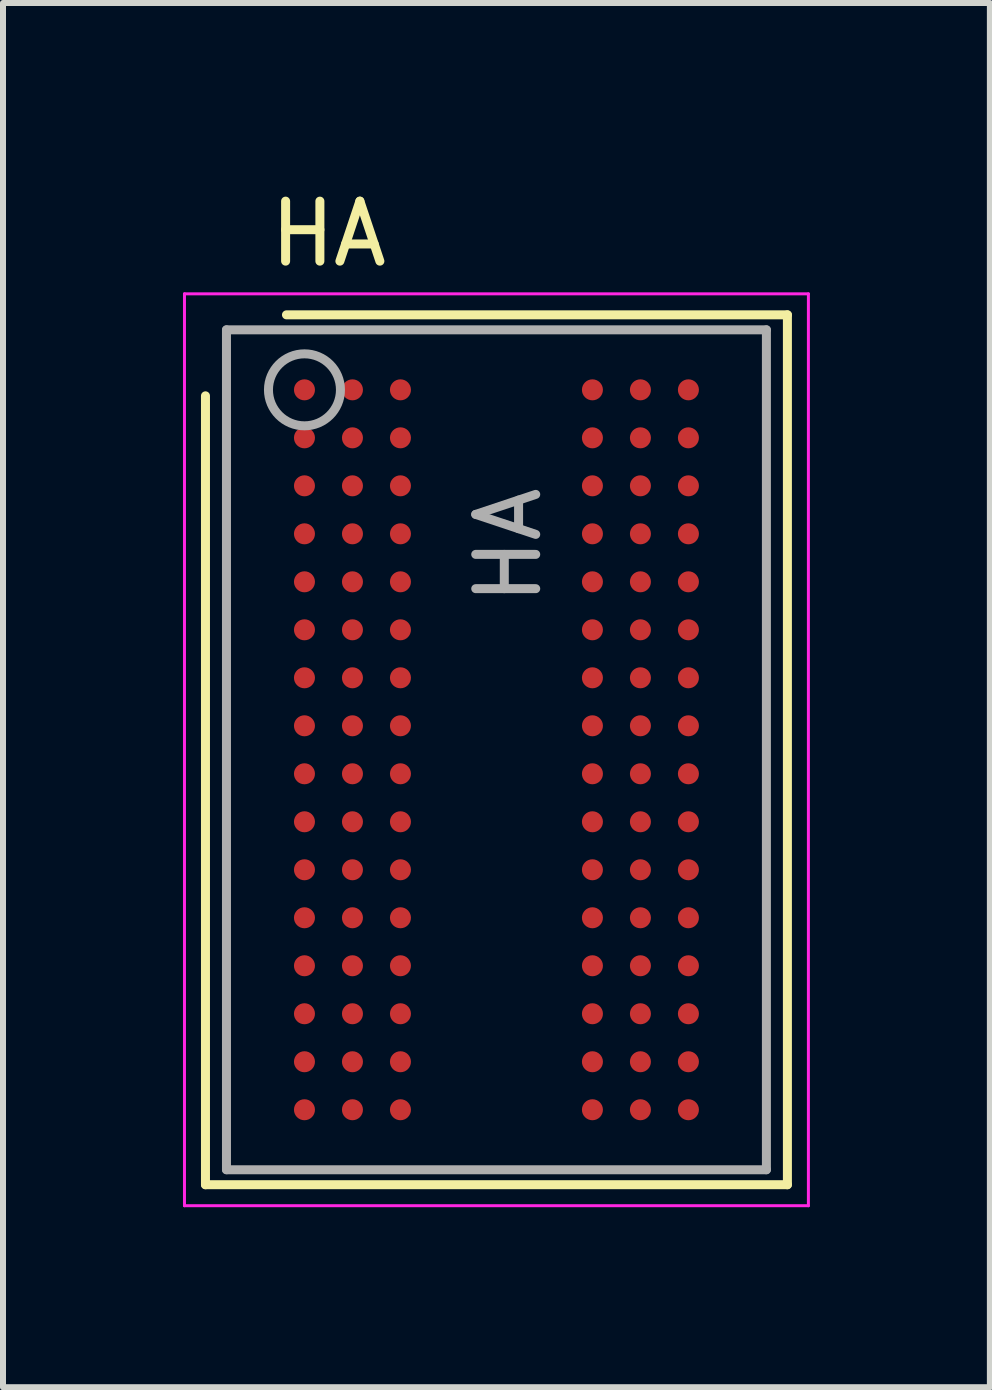
<source format=kicad_pcb>
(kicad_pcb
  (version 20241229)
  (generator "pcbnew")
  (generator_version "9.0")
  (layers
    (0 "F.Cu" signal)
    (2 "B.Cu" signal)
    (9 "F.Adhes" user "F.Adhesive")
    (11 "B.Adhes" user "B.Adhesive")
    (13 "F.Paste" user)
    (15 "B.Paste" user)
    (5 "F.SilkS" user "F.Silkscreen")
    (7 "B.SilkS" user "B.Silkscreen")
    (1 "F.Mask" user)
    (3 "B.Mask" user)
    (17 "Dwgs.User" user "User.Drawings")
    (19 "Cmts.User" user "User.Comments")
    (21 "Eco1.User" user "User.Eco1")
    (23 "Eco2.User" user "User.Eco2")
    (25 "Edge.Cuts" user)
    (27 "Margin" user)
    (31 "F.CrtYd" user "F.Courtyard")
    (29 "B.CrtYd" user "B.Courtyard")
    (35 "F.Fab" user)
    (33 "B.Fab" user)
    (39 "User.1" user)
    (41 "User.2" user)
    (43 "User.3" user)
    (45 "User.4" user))
  (footprint "HA"
    (layer "F.Cu")
    (at 5.225 9.448)
    (property "Reference" "HA" (at -2.8 -8.6 0) (layer "F.SilkS") (effects (font (size 1 1) (thickness 0.15))))
    (attr smd)
    (fp_line (start -4.85 -5.9) (end -4.85 7.25) (stroke (width 0.15) (type solid)) (layer "F.SilkS"))
    (fp_line (start -4.85 7.25) (end 4.85 7.25) (stroke (width 0.15) (type solid)) (layer "F.SilkS"))
    (fp_line (start 4.85 -7.25) (end -3.5 -7.25) (stroke (width 0.15) (type solid)) (layer "F.SilkS"))
    (fp_line (start 4.85 7.25) (end 4.85 -7.25) (stroke (width 0.15) (type solid)) (layer "F.SilkS"))
    (fp_line (start -3.8 -3.2) (end 3.8 -3.2) (stroke (width 0.05) (type solid)) (layer "Eco1.User"))
    (fp_line (start -3.8 0) (end 3.8 0) (stroke (width 0.05) (type solid)) (layer "Eco1.User"))
    (fp_line (start -5.2 -7.6) (end 5.2 -7.6) (stroke (width 0.05) (type solid)) (layer "F.CrtYd"))
    (fp_line (start -5.2 7.6) (end -5.2 -7.6) (stroke (width 0.05) (type solid)) (layer "F.CrtYd"))
    (fp_line (start 5.2 -7.6) (end 5.2 7.6) (stroke (width 0.05) (type solid)) (layer "F.CrtYd"))
    (fp_line (start 5.2 7.6) (end -5.2 7.6) (stroke (width 0.05) (type solid)) (layer "F.CrtYd"))
    (fp_line (start -4.5 -7) (end -4.5 7) (stroke (width 0.15) (type solid)) (layer "F.Fab"))
    (fp_line (start -4.5 7) (end 4.5 7) (stroke (width 0.15) (type solid)) (layer "F.Fab"))
    (fp_line (start 4.5 -7) (end -4.5 -7) (stroke (width 0.15) (type solid)) (layer "F.Fab"))
    (fp_line (start 4.5 7) (end 4.5 -7) (stroke (width 0.15) (type solid)) (layer "F.Fab"))
    (fp_circle (center -3.2 -6) (end -2.6 -6) (stroke (width 0.15) (type solid)) (fill no) (layer "F.Fab"))
    (fp_text user "${REFERENCE}" (at 0.2 -3.4 90) (layer "F.Fab") (effects (font (size 1 1) (thickness 0.15))))
    (pad "A1" smd circle (at -3.2 -6) (size 0.35 0.35) (layers "F.Cu" "F.Mask" "F.Paste"))
    (pad "A2" smd circle (at -2.4 -6) (size 0.35 0.35) (layers "F.Cu" "F.Mask" "F.Paste"))
    (pad "A3" smd circle (at -1.6 -6) (size 0.35 0.35) (layers "F.Cu" "F.Mask" "F.Paste"))
    (pad "A7" smd circle (at 1.6 -6) (size 0.35 0.35) (layers "F.Cu" "F.Mask" "F.Paste"))
    (pad "A8" smd circle (at 2.4 -6) (size 0.35 0.35) (layers "F.Cu" "F.Mask" "F.Paste"))
    (pad "A9" smd circle (at 3.2 -6) (size 0.35 0.35) (layers "F.Cu" "F.Mask" "F.Paste"))
    (pad "B1" smd circle (at -3.2 -5.2) (size 0.35 0.35) (layers "F.Cu" "F.Mask" "F.Paste"))
    (pad "B2" smd circle (at -2.4 -5.2) (size 0.35 0.35) (layers "F.Cu" "F.Mask" "F.Paste"))
    (pad "B3" smd circle (at -1.6 -5.2) (size 0.35 0.35) (layers "F.Cu" "F.Mask" "F.Paste"))
    (pad "B7" smd circle (at 1.6 -5.2) (size 0.35 0.35) (layers "F.Cu" "F.Mask" "F.Paste"))
    (pad "B8" smd circle (at 2.4 -5.2) (size 0.35 0.35) (layers "F.Cu" "F.Mask" "F.Paste"))
    (pad "B9" smd circle (at 3.2 -5.2) (size 0.35 0.35) (layers "F.Cu" "F.Mask" "F.Paste"))
    (pad "C1" smd circle (at -3.2 -4.4) (size 0.35 0.35) (layers "F.Cu" "F.Mask" "F.Paste"))
    (pad "C2" smd circle (at -2.4 -4.4) (size 0.35 0.35) (layers "F.Cu" "F.Mask" "F.Paste"))
    (pad "C3" smd circle (at -1.6 -4.4) (size 0.35 0.35) (layers "F.Cu" "F.Mask" "F.Paste"))
    (pad "C7" smd circle (at 1.6 -4.4) (size 0.35 0.35) (layers "F.Cu" "F.Mask" "F.Paste"))
    (pad "C8" smd circle (at 2.4 -4.4) (size 0.35 0.35) (layers "F.Cu" "F.Mask" "F.Paste"))
    (pad "C9" smd circle (at 3.2 -4.4) (size 0.35 0.35) (layers "F.Cu" "F.Mask" "F.Paste"))
    (pad "D1" smd circle (at -3.2 -3.6) (size 0.35 0.35) (layers "F.Cu" "F.Mask" "F.Paste"))
    (pad "D2" smd circle (at -2.4 -3.6) (size 0.35 0.35) (layers "F.Cu" "F.Mask" "F.Paste"))
    (pad "D3" smd circle (at -1.6 -3.6) (size 0.35 0.35) (layers "F.Cu" "F.Mask" "F.Paste"))
    (pad "D7" smd circle (at 1.6 -3.6) (size 0.35 0.35) (layers "F.Cu" "F.Mask" "F.Paste"))
    (pad "D8" smd circle (at 2.4 -3.6) (size 0.35 0.35) (layers "F.Cu" "F.Mask" "F.Paste"))
    (pad "D9" smd circle (at 3.2 -3.6) (size 0.35 0.35) (layers "F.Cu" "F.Mask" "F.Paste"))
    (pad "E1" smd circle (at -3.2 -2.8) (size 0.35 0.35) (layers "F.Cu" "F.Mask" "F.Paste"))
    (pad "E2" smd circle (at -2.4 -2.8) (size 0.35 0.35) (layers "F.Cu" "F.Mask" "F.Paste"))
    (pad "E3" smd circle (at -1.6 -2.8) (size 0.35 0.35) (layers "F.Cu" "F.Mask" "F.Paste"))
    (pad "E7" smd circle (at 1.6 -2.8) (size 0.35 0.35) (layers "F.Cu" "F.Mask" "F.Paste"))
    (pad "E8" smd circle (at 2.4 -2.8) (size 0.35 0.35) (layers "F.Cu" "F.Mask" "F.Paste"))
    (pad "E9" smd circle (at 3.2 -2.8) (size 0.35 0.35) (layers "F.Cu" "F.Mask" "F.Paste"))
    (pad "F1" smd circle (at -3.2 -2) (size 0.35 0.35) (layers "F.Cu" "F.Mask" "F.Paste"))
    (pad "F2" smd circle (at -2.4 -2) (size 0.35 0.35) (layers "F.Cu" "F.Mask" "F.Paste"))
    (pad "F3" smd circle (at -1.6 -2) (size 0.35 0.35) (layers "F.Cu" "F.Mask" "F.Paste"))
    (pad "F7" smd circle (at 1.6 -2) (size 0.35 0.35) (layers "F.Cu" "F.Mask" "F.Paste"))
    (pad "F8" smd circle (at 2.4 -2) (size 0.35 0.35) (layers "F.Cu" "F.Mask" "F.Paste"))
    (pad "F9" smd circle (at 3.2 -2) (size 0.35 0.35) (layers "F.Cu" "F.Mask" "F.Paste"))
    (pad "G1" smd circle (at -3.2 -1.2) (size 0.35 0.35) (layers "F.Cu" "F.Mask" "F.Paste"))
    (pad "G2" smd circle (at -2.4 -1.2) (size 0.35 0.35) (layers "F.Cu" "F.Mask" "F.Paste"))
    (pad "G3" smd circle (at -1.6 -1.2) (size 0.35 0.35) (layers "F.Cu" "F.Mask" "F.Paste"))
    (pad "G7" smd circle (at 1.6 -1.2) (size 0.35 0.35) (layers "F.Cu" "F.Mask" "F.Paste"))
    (pad "G8" smd circle (at 2.4 -1.2) (size 0.35 0.35) (layers "F.Cu" "F.Mask" "F.Paste"))
    (pad "G9" smd circle (at 3.2 -1.2) (size 0.35 0.35) (layers "F.Cu" "F.Mask" "F.Paste"))
    (pad "H1" smd circle (at -3.2 -0.4) (size 0.35 0.35) (layers "F.Cu" "F.Mask" "F.Paste"))
    (pad "H2" smd circle (at -2.4 -0.4) (size 0.35 0.35) (layers "F.Cu" "F.Mask" "F.Paste"))
    (pad "H3" smd circle (at -1.6 -0.4) (size 0.35 0.35) (layers "F.Cu" "F.Mask" "F.Paste"))
    (pad "H7" smd circle (at 1.6 -0.4) (size 0.35 0.35) (layers "F.Cu" "F.Mask" "F.Paste"))
    (pad "H8" smd circle (at 2.4 -0.4) (size 0.35 0.35) (layers "F.Cu" "F.Mask" "F.Paste"))
    (pad "H9" smd circle (at 3.2 -0.4) (size 0.35 0.35) (layers "F.Cu" "F.Mask" "F.Paste"))
    (pad "J1" smd circle (at -3.2 0.4) (size 0.35 0.35) (layers "F.Cu" "F.Mask" "F.Paste"))
    (pad "J2" smd circle (at -2.4 0.4) (size 0.35 0.35) (layers "F.Cu" "F.Mask" "F.Paste"))
    (pad "J3" smd circle (at -1.6 0.4) (size 0.35 0.35) (layers "F.Cu" "F.Mask" "F.Paste"))
    (pad "J7" smd circle (at 1.6 0.4) (size 0.35 0.35) (layers "F.Cu" "F.Mask" "F.Paste"))
    (pad "J8" smd circle (at 2.4 0.4) (size 0.35 0.35) (layers "F.Cu" "F.Mask" "F.Paste"))
    (pad "J9" smd circle (at 3.2 0.4) (size 0.35 0.35) (layers "F.Cu" "F.Mask" "F.Paste"))
    (pad "K1" smd circle (at -3.2 1.2) (size 0.35 0.35) (layers "F.Cu" "F.Mask" "F.Paste"))
    (pad "K2" smd circle (at -2.4 1.2) (size 0.35 0.35) (layers "F.Cu" "F.Mask" "F.Paste"))
    (pad "K3" smd circle (at -1.6 1.2) (size 0.35 0.35) (layers "F.Cu" "F.Mask" "F.Paste"))
    (pad "K7" smd circle (at 1.6 1.2) (size 0.35 0.35) (layers "F.Cu" "F.Mask" "F.Paste"))
    (pad "K8" smd circle (at 2.4 1.2) (size 0.35 0.35) (layers "F.Cu" "F.Mask" "F.Paste"))
    (pad "K9" smd circle (at 3.2 1.2) (size 0.35 0.35) (layers "F.Cu" "F.Mask" "F.Paste"))
    (pad "L1" smd circle (at -3.2 2) (size 0.35 0.35) (layers "F.Cu" "F.Mask" "F.Paste"))
    (pad "L2" smd circle (at -2.4 2) (size 0.35 0.35) (layers "F.Cu" "F.Mask" "F.Paste"))
    (pad "L3" smd circle (at -1.6 2) (size 0.35 0.35) (layers "F.Cu" "F.Mask" "F.Paste"))
    (pad "L7" smd circle (at 1.6 2) (size 0.35 0.35) (layers "F.Cu" "F.Mask" "F.Paste"))
    (pad "L8" smd circle (at 2.4 2) (size 0.35 0.35) (layers "F.Cu" "F.Mask" "F.Paste"))
    (pad "L9" smd circle (at 3.2 2) (size 0.35 0.35) (layers "F.Cu" "F.Mask" "F.Paste"))
    (pad "M1" smd circle (at -3.2 2.8) (size 0.35 0.35) (layers "F.Cu" "F.Mask" "F.Paste"))
    (pad "M2" smd circle (at -2.4 2.8) (size 0.35 0.35) (layers "F.Cu" "F.Mask" "F.Paste"))
    (pad "M3" smd circle (at -1.6 2.8) (size 0.35 0.35) (layers "F.Cu" "F.Mask" "F.Paste"))
    (pad "M7" smd circle (at 1.6 2.8) (size 0.35 0.35) (layers "F.Cu" "F.Mask" "F.Paste"))
    (pad "M8" smd circle (at 2.4 2.8) (size 0.35 0.35) (layers "F.Cu" "F.Mask" "F.Paste"))
    (pad "M9" smd circle (at 3.2 2.8) (size 0.35 0.35) (layers "F.Cu" "F.Mask" "F.Paste"))
    (pad "N1" smd circle (at -3.2 3.6) (size 0.35 0.35) (layers "F.Cu" "F.Mask" "F.Paste"))
    (pad "N2" smd circle (at -2.4 3.6) (size 0.35 0.35) (layers "F.Cu" "F.Mask" "F.Paste"))
    (pad "N3" smd circle (at -1.6 3.6) (size 0.35 0.35) (layers "F.Cu" "F.Mask" "F.Paste"))
    (pad "N7" smd circle (at 1.6 3.6) (size 0.35 0.35) (layers "F.Cu" "F.Mask" "F.Paste"))
    (pad "N8" smd circle (at 2.4 3.6) (size 0.35 0.35) (layers "F.Cu" "F.Mask" "F.Paste"))
    (pad "N9" smd circle (at 3.2 3.6) (size 0.35 0.35) (layers "F.Cu" "F.Mask" "F.Paste"))
    (pad "P1" smd circle (at -3.2 4.4) (size 0.35 0.35) (layers "F.Cu" "F.Mask" "F.Paste"))
    (pad "P2" smd circle (at -2.4 4.4) (size 0.35 0.35) (layers "F.Cu" "F.Mask" "F.Paste"))
    (pad "P3" smd circle (at -1.6 4.4) (size 0.35 0.35) (layers "F.Cu" "F.Mask" "F.Paste"))
    (pad "P7" smd circle (at 1.6 4.4) (size 0.35 0.35) (layers "F.Cu" "F.Mask" "F.Paste"))
    (pad "P8" smd circle (at 2.4 4.4) (size 0.35 0.35) (layers "F.Cu" "F.Mask" "F.Paste"))
    (pad "P9" smd circle (at 3.2 4.4) (size 0.35 0.35) (layers "F.Cu" "F.Mask" "F.Paste"))
    (pad "R1" smd circle (at -3.2 5.2) (size 0.35 0.35) (layers "F.Cu" "F.Mask" "F.Paste"))
    (pad "R2" smd circle (at -2.4 5.2) (size 0.35 0.35) (layers "F.Cu" "F.Mask" "F.Paste"))
    (pad "R3" smd circle (at -1.6 5.2) (size 0.35 0.35) (layers "F.Cu" "F.Mask" "F.Paste"))
    (pad "R7" smd circle (at 1.6 5.2) (size 0.35 0.35) (layers "F.Cu" "F.Mask" "F.Paste"))
    (pad "R8" smd circle (at 2.4 5.2) (size 0.35 0.35) (layers "F.Cu" "F.Mask" "F.Paste"))
    (pad "R9" smd circle (at 3.2 5.2) (size 0.35 0.35) (layers "F.Cu" "F.Mask" "F.Paste"))
    (pad "T1" smd circle (at -3.2 6) (size 0.35 0.35) (layers "F.Cu" "F.Mask" "F.Paste"))
    (pad "T2" smd circle (at -2.4 6) (size 0.35 0.35) (layers "F.Cu" "F.Mask" "F.Paste"))
    (pad "T3" smd circle (at -1.6 6) (size 0.35 0.35) (layers "F.Cu" "F.Mask" "F.Paste"))
    (pad "T7" smd circle (at 1.6 6) (size 0.35 0.35) (layers "F.Cu" "F.Mask" "F.Paste"))
    (pad "T8" smd circle (at 2.4 6) (size 0.35 0.35) (layers "F.Cu" "F.Mask" "F.Paste"))
    (pad "T9" smd circle (at 3.2 6) (size 0.35 0.35) (layers "F.Cu" "F.Mask" "F.Paste")))
  (gr_rect
    (start -3 -3)
    (end 13.45 20.073)
    (stroke (width 0.1) (type default))
    (fill no)
    (layer "Edge.Cuts")))
</source>
